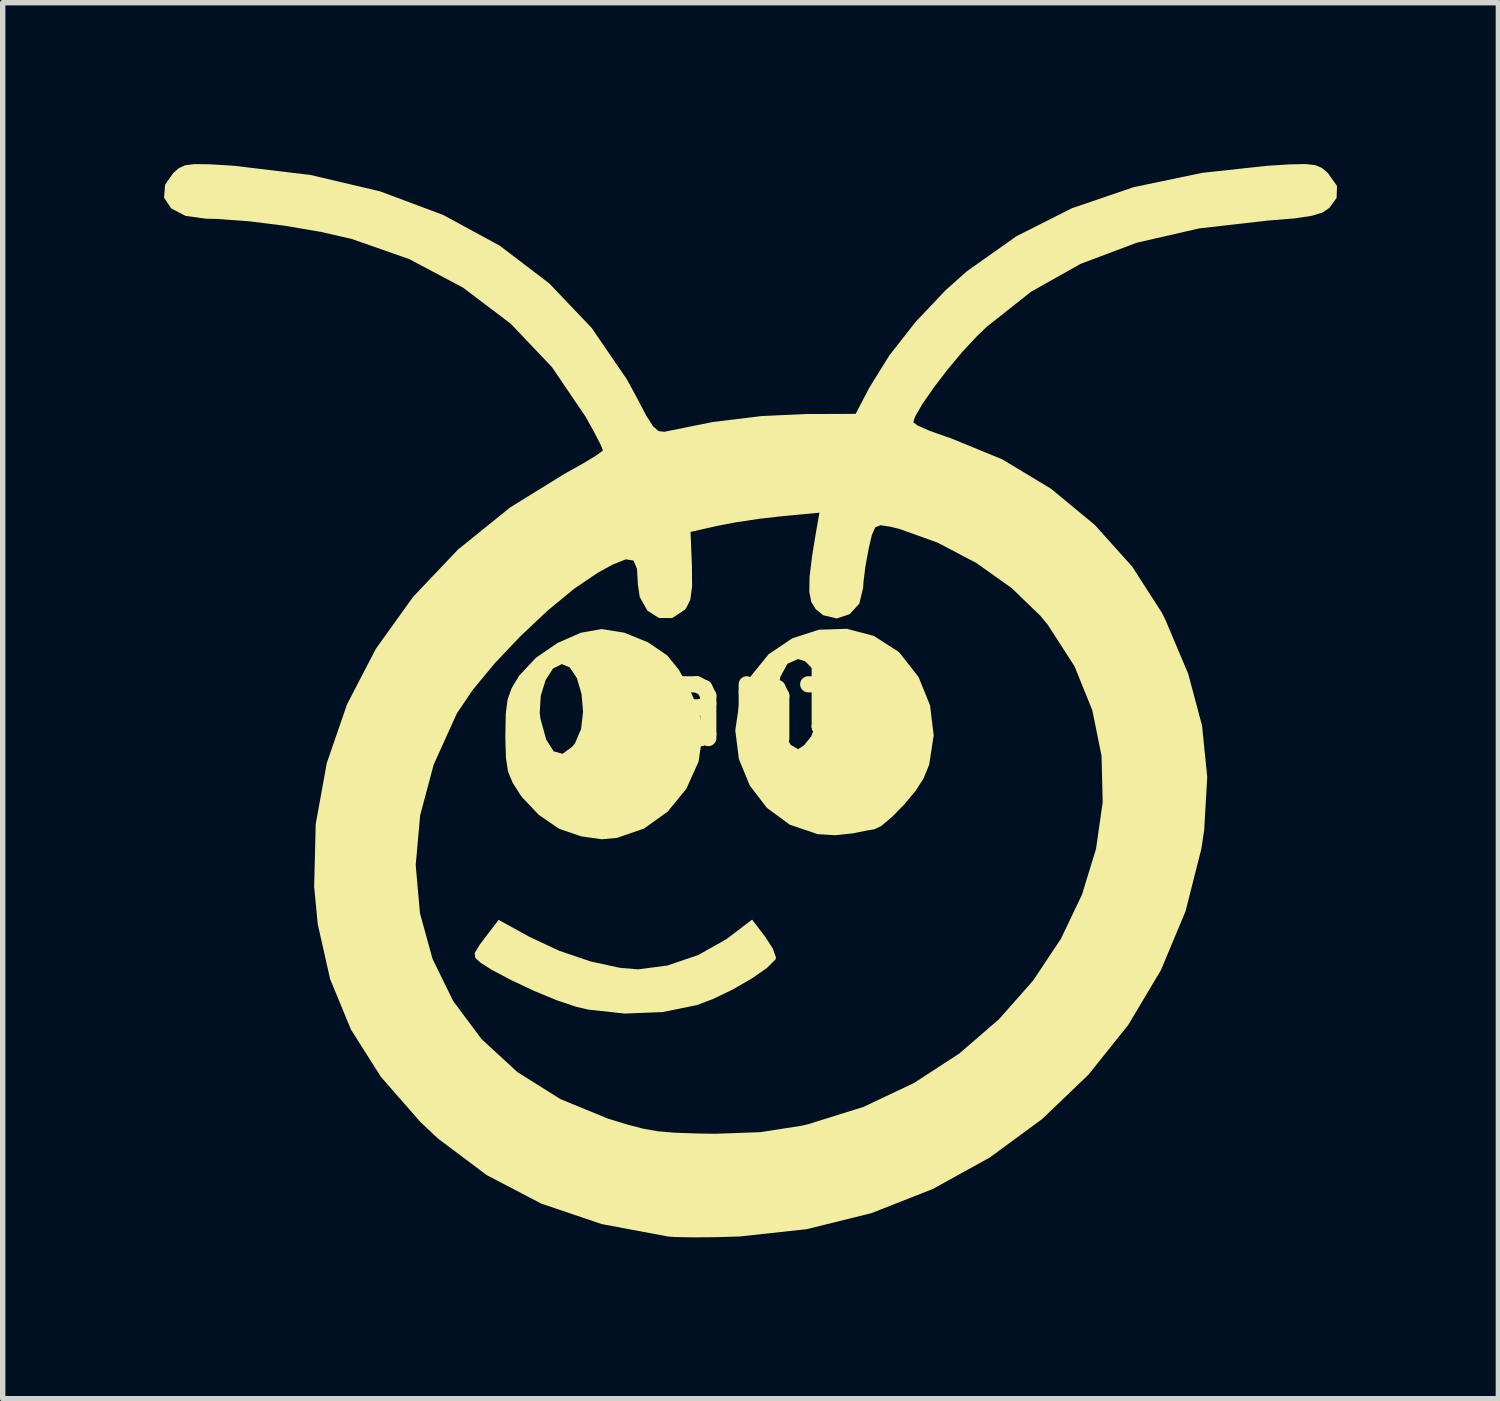
<source format=kicad_pcb>
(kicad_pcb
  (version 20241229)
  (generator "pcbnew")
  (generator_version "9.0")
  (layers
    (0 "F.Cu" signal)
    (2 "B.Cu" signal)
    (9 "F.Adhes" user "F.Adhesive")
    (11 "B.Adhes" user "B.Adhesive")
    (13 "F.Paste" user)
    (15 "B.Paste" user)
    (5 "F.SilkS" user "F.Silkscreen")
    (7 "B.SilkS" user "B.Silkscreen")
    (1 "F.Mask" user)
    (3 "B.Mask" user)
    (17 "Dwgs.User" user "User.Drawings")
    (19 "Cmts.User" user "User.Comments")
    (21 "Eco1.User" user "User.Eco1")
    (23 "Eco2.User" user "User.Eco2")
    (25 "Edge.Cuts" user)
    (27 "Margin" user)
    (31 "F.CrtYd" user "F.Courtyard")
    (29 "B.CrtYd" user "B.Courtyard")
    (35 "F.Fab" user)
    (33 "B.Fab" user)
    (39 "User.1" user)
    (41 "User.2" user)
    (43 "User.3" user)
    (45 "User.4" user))
  (footprint "ant"
    (layer "F.Cu")
    (at 10.905 9.995)
    (property "Reference" "ant" (at 0 0 0) (layer "F.SilkS") (effects (font (size 1.5 1.5) (thickness 0.3))))
    (attr board_only exclude_from_pos_files exclude_from_bom)
    (fp_poly (pts (xy 0.275 4.376) (xy 0.414 4.592) (xy 0.472 4.755) (xy 0.466 4.791) (xy 0.305 4.952) (xy 0.023 5.148) (xy -0.329 5.351) (xy -0.7 5.53) (xy -0.999 5.643) (xy -1.636 5.772) (xy -2.339 5.8) (xy -3.02 5.726) (xy -3.246 5.673) (xy -3.598 5.555) (xy -4.021 5.38) (xy -4.449 5.179) (xy -4.817 4.984) (xy -5.016 4.857) (xy -5.118 4.767) (xy -5.129 4.675) (xy -5.039 4.525) (xy -4.939 4.392) (xy -4.685 4.058) (xy -4.11 4.374) (xy -3.562 4.631) (xy -2.978 4.83) (xy -2.426 4.95) (xy -2.091 4.978) (xy -1.543 4.906) (xy -0.97 4.71) (xy -0.455 4.42) (xy -0.395 4.376) (xy 0.028 4.053)) (stroke (width 0) (type solid)) (fill yes) (layer "F.SilkS"))
    (fp_poly (pts (xy 2.293 -1.221) (xy 2.742 -0.933) (xy 2.776 -0.901) (xy 3.124 -0.456) (xy 3.337 0.069) (xy 3.405 0.628) (xy 3.321 1.172) (xy 3.215 1.431) (xy 3.068 1.659) (xy 2.858 1.912) (xy 2.629 2.145) (xy 2.426 2.315) (xy 2.3 2.375) (xy 2.172 2.395) (xy 1.945 2.441) (xy 1.907 2.449) (xy 1.576 2.484) (xy 1.248 2.464) (xy 0.73 2.289) (xy 0.304 1.976) (xy -0.016 1.558) (xy -0.217 1.067) (xy -0.284 0.534) (xy -0.206 0.004) (xy 0.489 0.004) (xy 0.523 0.31) (xy 0.617 0.595) (xy 0.748 0.805) (xy 0.884 0.884) (xy 0.993 0.814) (xy 1.129 0.645) (xy 1.238 0.356) (xy 1.276 -0.017) (xy 1.241 -0.384) (xy 1.168 -0.595) (xy 1.017 -0.749) (xy 0.884 -0.791) (xy 0.687 -0.705) (xy 0.553 -0.461) (xy 0.491 -0.078) (xy 0.489 0.004) (xy -0.206 0.004) (xy -0.205 -0.009) (xy -0.014 -0.449) (xy 0.334 -0.879) (xy 0.775 -1.177) (xy 1.272 -1.337) (xy 1.791 -1.354)) (stroke (width 0) (type solid)) (fill yes) (layer "F.SilkS"))
    (fp_poly (pts (xy -2.345 -1.281) (xy -1.902 -1.1) (xy -1.547 -0.856) (xy -1.337 -0.597) (xy -1.135 -0.239) (xy -0.975 0.143) (xy -0.891 0.478) (xy -0.885 0.558) (xy -0.967 1.117) (xy -1.195 1.623) (xy -1.543 2.047) (xy -1.982 2.361) (xy -2.486 2.534) (xy -2.768 2.559) (xy -3.145 2.506) (xy -3.536 2.373) (xy -3.584 2.349) (xy -3.939 2.104) (xy -4.248 1.778) (xy -4.279 1.736) (xy -4.424 1.508) (xy -4.509 1.301) (xy -4.548 1.051) (xy -4.559 0.692) (xy -4.559 0.612) (xy -4.551 0.225) (xy -4.55 0.212) (xy -3.92 0.212) (xy -3.907 0.316) (xy -3.8 0.705) (xy -3.66 0.925) (xy -3.495 0.97) (xy -3.312 0.836) (xy -3.262 0.77) (xy -3.151 0.509) (xy -3.114 0.188) (xy -3.143 -0.143) (xy -3.228 -0.434) (xy -3.361 -0.635) (xy -3.509 -0.698) (xy -3.674 -0.614) (xy -3.812 -0.398) (xy -3.901 -0.105) (xy -3.92 0.212) (xy -4.55 0.212) (xy -4.517 -0.042) (xy -4.442 -0.251) (xy -4.31 -0.469) (xy -4.293 -0.493) (xy -3.991 -0.815) (xy -3.59 -1.09) (xy -3.158 -1.28) (xy -2.77 -1.349)) (stroke (width 0) (type solid)) (fill yes) (layer "F.SilkS"))
    (fp_poly (pts (xy 10.497 -9.975) (xy 10.619 -9.925) (xy 10.722 -9.84) (xy 10.734 -9.828) (xy 10.904 -9.587) (xy 10.896 -9.364) (xy 10.761 -9.179) (xy 10.634 -9.094) (xy 10.429 -9.031) (xy 10.11 -8.984) (xy 9.641 -8.946) (xy 9.636 -8.946) (xy 8.339 -8.798) (xy 7.177 -8.531) (xy 6.139 -8.14) (xy 5.215 -7.621) (xy 4.392 -6.97) (xy 4.202 -6.787) (xy 3.936 -6.501) (xy 3.661 -6.172) (xy 3.405 -5.837) (xy 3.196 -5.535) (xy 3.061 -5.303) (xy 3.025 -5.194) (xy 3.108 -5.132) (xy 3.327 -5.036) (xy 3.638 -4.925) (xy 3.718 -4.899) (xy 4.683 -4.503) (xy 5.586 -3.958) (xy 6.4 -3.286) (xy 7.095 -2.511) (xy 7.644 -1.658) (xy 7.715 -1.517) (xy 8.137 -0.517) (xy 8.394 0.444) (xy 8.491 1.401) (xy 8.434 2.39) (xy 8.382 2.735) (xy 8.088 3.897) (xy 7.63 4.992) (xy 7.023 6.01) (xy 6.281 6.938) (xy 5.418 7.764) (xy 4.448 8.476) (xy 3.387 9.062) (xy 2.247 9.511) (xy 1.044 9.809) (xy -0.208 9.945) (xy -0.216 9.945) (xy -0.666 9.958) (xy -1.079 9.961) (xy -1.401 9.955) (xy -1.535 9.945) (xy -2.768 9.714) (xy -3.89 9.334) (xy -4.905 8.804) (xy -5.813 8.123) (xy -6.14 7.815) (xy -6.872 6.978) (xy -7.429 6.099) (xy -7.817 5.159) (xy -8.047 4.139) (xy -8.114 3.442) (xy -8.104 3.039) (xy -6.226 3.039) (xy -6.147 3.934) (xy -5.913 4.783) (xy -5.528 5.569) (xy -5 6.276) (xy -4.335 6.888) (xy -3.537 7.39) (xy -2.652 7.753) (xy -2.284 7.866) (xy -1.99 7.942) (xy -1.712 7.99) (xy -1.396 8.016) (xy -0.984 8.03) (xy -0.651 8.035) (xy 0.183 8.005) (xy 0.946 7.886) (xy 1.07 7.857) (xy 2.098 7.536) (xy 3.037 7.092) (xy 3.881 6.543) (xy 4.622 5.902) (xy 5.254 5.186) (xy 5.77 4.41) (xy 6.162 3.589) (xy 6.423 2.738) (xy 6.547 1.873) (xy 6.526 1.008) (xy 6.354 0.16) (xy 6.024 -0.656) (xy 5.528 -1.426) (xy 5.391 -1.593) (xy 4.856 -2.11) (xy 4.198 -2.577) (xy 3.478 -2.956) (xy 2.76 -3.213) (xy 2.591 -3.253) (xy 2.418 -3.28) (xy 2.319 -3.241) (xy 2.255 -3.097) (xy 2.195 -2.839) (xy 2.135 -2.512) (xy 2.099 -2.222) (xy 2.093 -2.119) (xy 2.023 -1.824) (xy 1.844 -1.626) (xy 1.603 -1.546) (xy 1.349 -1.607) (xy 1.212 -1.719) (xy 1.13 -1.851) (xy 1.092 -2.041) (xy 1.097 -2.32) (xy 1.146 -2.721) (xy 1.225 -3.199) (xy 1.281 -3.513) (xy 0.587 -3.448) (xy 0.154 -3.398) (xy -0.288 -3.331) (xy -0.612 -3.269) (xy -1.116 -3.155) (xy -1.09 -2.519) (xy -1.087 -2.138) (xy -1.121 -1.892) (xy -1.2 -1.733) (xy -1.221 -1.709) (xy -1.458 -1.553) (xy -1.704 -1.555) (xy -1.918 -1.692) (xy -2.06 -1.943) (xy -2.095 -2.178) (xy -2.111 -2.468) (xy -2.176 -2.622) (xy -2.317 -2.646) (xy -2.562 -2.549) (xy -2.842 -2.395) (xy -3.285 -2.095) (xy -3.779 -1.687) (xy -4.283 -1.212) (xy -4.758 -0.711) (xy -5.16 -0.225) (xy -5.451 0.204) (xy -5.467 0.233) (xy -5.892 1.172) (xy -6.143 2.113) (xy -6.226 3.039) (xy -8.104 3.039) (xy -8.085 2.277) (xy -7.879 1.142) (xy -7.503 0.051) (xy -6.966 -0.983) (xy -6.275 -1.947) (xy -5.439 -2.828) (xy -4.466 -3.613) (xy -3.438 -4.248) (xy -3.123 -4.423) (xy -2.883 -4.568) (xy -2.756 -4.659) (xy -2.745 -4.674) (xy -2.787 -4.776) (xy -2.899 -4.993) (xy -3.057 -5.279) (xy -3.065 -5.294) (xy -3.694 -6.221) (xy -4.458 -7.025) (xy -5.346 -7.697) (xy -6.347 -8.228) (xy -7.415 -8.602) (xy -7.996 -8.735) (xy -8.662 -8.848) (xy -9.335 -8.932) (xy -9.936 -8.975) (xy -10.116 -8.978) (xy -10.502 -9.03) (xy -10.771 -9.169) (xy -10.905 -9.371) (xy -10.885 -9.611) (xy -10.734 -9.828) (xy -10.631 -9.918) (xy -10.513 -9.972) (xy -10.338 -9.994) (xy -10.066 -9.991) (xy -9.654 -9.966) (xy -9.598 -9.962) (xy -8.183 -9.792) (xy -6.888 -9.487) (xy -5.714 -9.048) (xy -4.665 -8.478) (xy -3.744 -7.777) (xy -2.955 -6.949) (xy -2.301 -5.994) (xy -2.115 -5.652) (xy -1.939 -5.317) (xy -1.813 -5.119) (xy -1.711 -5.03) (xy -1.603 -5.017) (xy -1.535 -5.031) (xy -0.703 -5.199) (xy 0.203 -5.309) (xy 1.023 -5.347) (xy 1.954 -5.35) (xy 2.21 -5.84) (xy 2.581 -6.438) (xy 3.069 -7.06) (xy 3.627 -7.65) (xy 4.02 -8) (xy 4.943 -8.653) (xy 5.974 -9.173) (xy 7.122 -9.565) (xy 8.396 -9.831) (xy 9.598 -9.962) (xy 10.028 -9.989) (xy 10.314 -9.995)) (stroke (width 0) (type solid)) (fill yes) (layer "F.SilkS")))
  (gr_rect
    (start -3 -3)
    (end 24.809 22.956)
    (stroke (width 0.1) (type default))
    (fill no)
    (layer "Edge.Cuts")))
</source>
